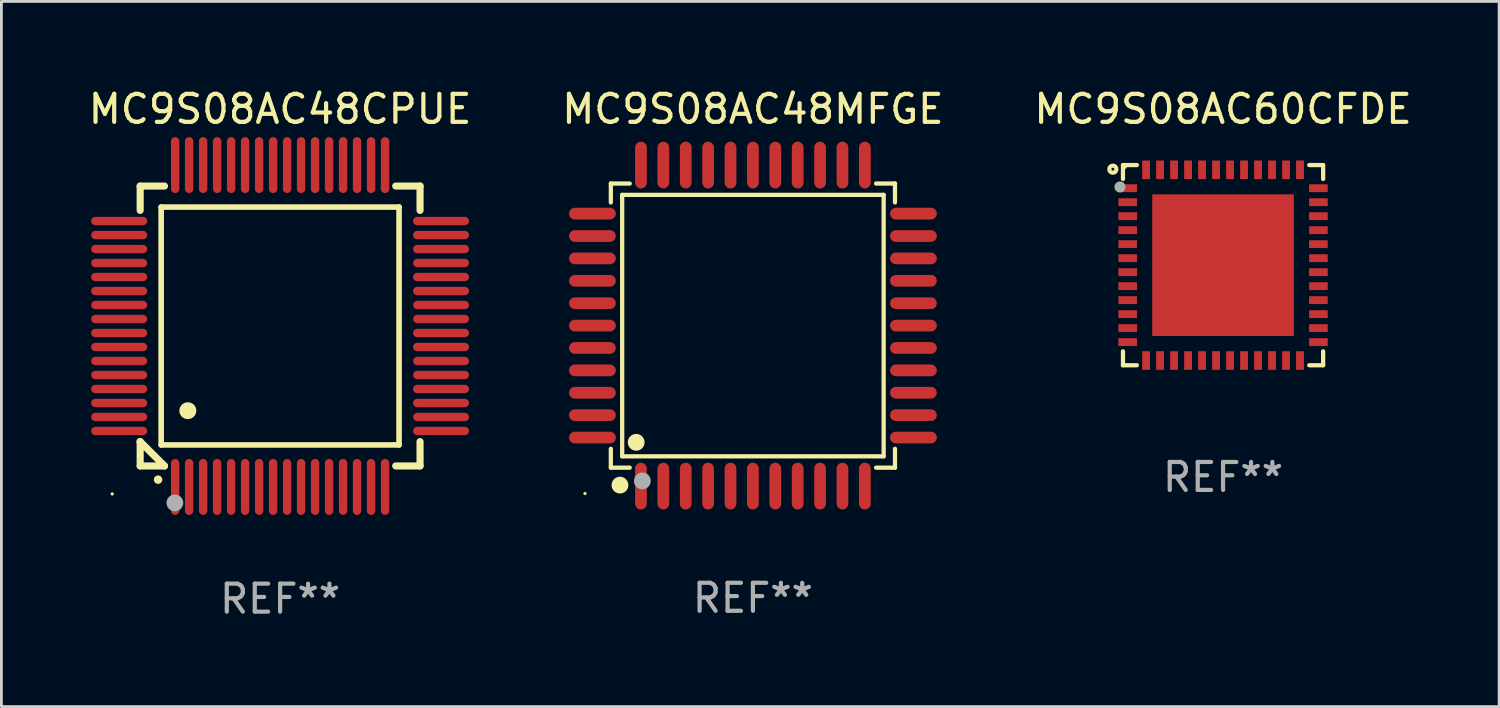
<source format=kicad_pcb>
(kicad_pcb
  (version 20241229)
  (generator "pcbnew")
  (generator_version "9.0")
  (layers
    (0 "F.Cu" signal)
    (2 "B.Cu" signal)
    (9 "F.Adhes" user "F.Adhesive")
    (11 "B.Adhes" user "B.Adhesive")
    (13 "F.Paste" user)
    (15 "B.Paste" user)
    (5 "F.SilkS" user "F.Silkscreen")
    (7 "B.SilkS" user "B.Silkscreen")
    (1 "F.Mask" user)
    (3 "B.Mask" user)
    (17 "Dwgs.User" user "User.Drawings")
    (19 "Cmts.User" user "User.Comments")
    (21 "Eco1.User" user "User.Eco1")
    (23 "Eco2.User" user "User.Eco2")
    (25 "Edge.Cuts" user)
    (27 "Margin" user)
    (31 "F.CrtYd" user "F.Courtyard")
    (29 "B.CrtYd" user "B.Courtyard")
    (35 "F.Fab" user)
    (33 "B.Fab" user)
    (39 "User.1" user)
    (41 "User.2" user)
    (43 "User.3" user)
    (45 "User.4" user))
  (footprint "MC9S08AC60CFDE"
    (layer "F.Cu")
    (at 40.649 6.424)
    (property "Reference" "MC9S08AC60CFDE" (at 0 -5.576 0) (layer "F.SilkS") (effects (font (size 1 1) (thickness 0.15))))
    (attr through_hole)
    (fp_line (start -3.576 -3.576) (end -3.576 -3.08) (stroke (width 0.152) (type solid)) (layer "F.SilkS"))
    (fp_line (start -3.576 3.576) (end -3.576 3.08) (stroke (width 0.152) (type solid)) (layer "F.SilkS"))
    (fp_line (start -3.08 -3.576) (end -3.576 -3.576) (stroke (width 0.152) (type solid)) (layer "F.SilkS"))
    (fp_line (start -3.08 3.576) (end -3.576 3.576) (stroke (width 0.152) (type solid)) (layer "F.SilkS"))
    (fp_line (start 3.08 -3.576) (end 3.576 -3.576) (stroke (width 0.152) (type solid)) (layer "F.SilkS"))
    (fp_line (start 3.08 3.576) (end 3.576 3.576) (stroke (width 0.152) (type solid)) (layer "F.SilkS"))
    (fp_line (start 3.576 -3.576) (end 3.576 -3.08) (stroke (width 0.152) (type solid)) (layer "F.SilkS"))
    (fp_line (start 3.576 3.576) (end 3.576 3.08) (stroke (width 0.152) (type solid)) (layer "F.SilkS"))
    (fp_circle (center -3.937 -3.429) (end -3.81 -3.429) (stroke (width 0.15) (type solid)) (fill no) (layer "F.SilkS"))
    (fp_circle (center -3.5 -3.5) (end -3.47 -3.5) (stroke (width 0.06) (type solid)) (fill no) (layer "F.SilkS"))
    (fp_circle (center -3.683 -2.794) (end -3.583 -2.794) (stroke (width 0.2) (type solid)) (fill no) (layer "F.Fab"))
    (fp_text user "REF**" (at 0 7.576 0) (layer "F.Fab") (effects (font (size 1 1) (thickness 0.15))))
    (pad "1" smd rect (at -3.407 -2.75) (size 0.665 0.28) (layers "F.Cu" "F.Mask" "F.Paste"))
    (pad "2" smd rect (at -3.407 -2.25) (size 0.665 0.28) (layers "F.Cu" "F.Mask" "F.Paste"))
    (pad "3" smd rect (at -3.407 -1.75) (size 0.665 0.28) (layers "F.Cu" "F.Mask" "F.Paste"))
    (pad "4" smd rect (at -3.407 -1.25) (size 0.665 0.28) (layers "F.Cu" "F.Mask" "F.Paste"))
    (pad "5" smd rect (at -3.407 -0.75) (size 0.665 0.28) (layers "F.Cu" "F.Mask" "F.Paste"))
    (pad "6" smd rect (at -3.407 -0.25) (size 0.665 0.28) (layers "F.Cu" "F.Mask" "F.Paste"))
    (pad "7" smd rect (at -3.407 0.25) (size 0.665 0.28) (layers "F.Cu" "F.Mask" "F.Paste"))
    (pad "8" smd rect (at -3.407 0.75) (size 0.665 0.28) (layers "F.Cu" "F.Mask" "F.Paste"))
    (pad "9" smd rect (at -3.407 1.25) (size 0.665 0.28) (layers "F.Cu" "F.Mask" "F.Paste"))
    (pad "10" smd rect (at -3.407 1.75) (size 0.665 0.28) (layers "F.Cu" "F.Mask" "F.Paste"))
    (pad "11" smd rect (at -3.407 2.25) (size 0.665 0.28) (layers "F.Cu" "F.Mask" "F.Paste"))
    (pad "12" smd rect (at -3.407 2.75) (size 0.665 0.28) (layers "F.Cu" "F.Mask" "F.Paste"))
    (pad "13" smd rect (at -2.75 3.407) (size 0.28 0.665) (layers "F.Cu" "F.Mask" "F.Paste"))
    (pad "14" smd rect (at -2.25 3.407) (size 0.28 0.665) (layers "F.Cu" "F.Mask" "F.Paste"))
    (pad "15" smd rect (at -1.75 3.407) (size 0.28 0.665) (layers "F.Cu" "F.Mask" "F.Paste"))
    (pad "16" smd rect (at -1.25 3.407) (size 0.28 0.665) (layers "F.Cu" "F.Mask" "F.Paste"))
    (pad "17" smd rect (at -0.75 3.407) (size 0.28 0.665) (layers "F.Cu" "F.Mask" "F.Paste"))
    (pad "18" smd rect (at -0.25 3.407) (size 0.28 0.665) (layers "F.Cu" "F.Mask" "F.Paste"))
    (pad "19" smd rect (at 0.25 3.407) (size 0.28 0.665) (layers "F.Cu" "F.Mask" "F.Paste"))
    (pad "20" smd rect (at 0.75 3.407) (size 0.28 0.665) (layers "F.Cu" "F.Mask" "F.Paste"))
    (pad "21" smd rect (at 1.25 3.407) (size 0.28 0.665) (layers "F.Cu" "F.Mask" "F.Paste"))
    (pad "22" smd rect (at 1.75 3.407) (size 0.28 0.665) (layers "F.Cu" "F.Mask" "F.Paste"))
    (pad "23" smd rect (at 2.25 3.407) (size 0.28 0.665) (layers "F.Cu" "F.Mask" "F.Paste"))
    (pad "24" smd rect (at 2.75 3.407) (size 0.28 0.665) (layers "F.Cu" "F.Mask" "F.Paste"))
    (pad "25" smd rect (at 3.407 2.75) (size 0.665 0.28) (layers "F.Cu" "F.Mask" "F.Paste"))
    (pad "26" smd rect (at 3.407 2.25) (size 0.665 0.28) (layers "F.Cu" "F.Mask" "F.Paste"))
    (pad "27" smd rect (at 3.407 1.75) (size 0.665 0.28) (layers "F.Cu" "F.Mask" "F.Paste"))
    (pad "28" smd rect (at 3.407 1.25) (size 0.665 0.28) (layers "F.Cu" "F.Mask" "F.Paste"))
    (pad "29" smd rect (at 3.407 0.75) (size 0.665 0.28) (layers "F.Cu" "F.Mask" "F.Paste"))
    (pad "30" smd rect (at 3.407 0.25) (size 0.665 0.28) (layers "F.Cu" "F.Mask" "F.Paste"))
    (pad "31" smd rect (at 3.407 -0.25) (size 0.665 0.28) (layers "F.Cu" "F.Mask" "F.Paste"))
    (pad "32" smd rect (at 3.407 -0.75) (size 0.665 0.28) (layers "F.Cu" "F.Mask" "F.Paste"))
    (pad "33" smd rect (at 3.407 -1.25) (size 0.665 0.28) (layers "F.Cu" "F.Mask" "F.Paste"))
    (pad "34" smd rect (at 3.407 -1.75) (size 0.665 0.28) (layers "F.Cu" "F.Mask" "F.Paste"))
    (pad "35" smd rect (at 3.407 -2.25) (size 0.665 0.28) (layers "F.Cu" "F.Mask" "F.Paste"))
    (pad "36" smd rect (at 3.407 -2.75) (size 0.665 0.28) (layers "F.Cu" "F.Mask" "F.Paste"))
    (pad "37" smd rect (at 2.75 -3.407) (size 0.28 0.665) (layers "F.Cu" "F.Mask" "F.Paste"))
    (pad "38" smd rect (at 2.25 -3.407) (size 0.28 0.665) (layers "F.Cu" "F.Mask" "F.Paste"))
    (pad "39" smd rect (at 1.75 -3.407) (size 0.28 0.665) (layers "F.Cu" "F.Mask" "F.Paste"))
    (pad "40" smd rect (at 1.25 -3.407) (size 0.28 0.665) (layers "F.Cu" "F.Mask" "F.Paste"))
    (pad "41" smd rect (at 0.75 -3.407) (size 0.28 0.665) (layers "F.Cu" "F.Mask" "F.Paste"))
    (pad "42" smd rect (at 0.25 -3.407) (size 0.28 0.665) (layers "F.Cu" "F.Mask" "F.Paste"))
    (pad "43" smd rect (at -0.25 -3.407) (size 0.28 0.665) (layers "F.Cu" "F.Mask" "F.Paste"))
    (pad "44" smd rect (at -0.75 -3.407) (size 0.28 0.665) (layers "F.Cu" "F.Mask" "F.Paste"))
    (pad "45" smd rect (at -1.25 -3.407) (size 0.28 0.665) (layers "F.Cu" "F.Mask" "F.Paste"))
    (pad "46" smd rect (at -1.75 -3.407) (size 0.28 0.665) (layers "F.Cu" "F.Mask" "F.Paste"))
    (pad "47" smd rect (at -2.25 -3.407) (size 0.28 0.665) (layers "F.Cu" "F.Mask" "F.Paste"))
    (pad "48" smd rect (at -2.75 -3.407) (size 0.28 0.665) (layers "F.Cu" "F.Mask" "F.Paste"))
    (pad "49" smd rect (at 0 0) (size 5.06 5.06) (layers "F.Cu" "F.Mask" "F.Paste")))
  (footprint "MC9S08AC48MFGE"
    (layer "F.Cu")
    (at 23.851 8.583)
    (property "Reference" "MC9S08AC48MFGE" (at 0 -7.735 0) (layer "F.SilkS") (effects (font (size 1 1) (thickness 0.15))))
    (attr through_hole)
    (fp_line (start -5.076 -5.076) (end -4.401 -5.076) (stroke (width 0.152) (type solid)) (layer "F.SilkS"))
    (fp_line (start -5.076 -4.401) (end -5.076 -5.076) (stroke (width 0.152) (type solid)) (layer "F.SilkS"))
    (fp_line (start -5.076 4.401) (end -5.076 5.076) (stroke (width 0.152) (type solid)) (layer "F.SilkS"))
    (fp_line (start -5.076 5.076) (end -4.401 5.076) (stroke (width 0.152) (type solid)) (layer "F.SilkS"))
    (fp_line (start -4.671 -4.671) (end 4.671 -4.671) (stroke (width 0.152) (type solid)) (layer "F.SilkS"))
    (fp_line (start -4.671 4.671) (end -4.671 -4.671) (stroke (width 0.152) (type solid)) (layer "F.SilkS"))
    (fp_line (start 4.671 -4.671) (end 4.671 4.671) (stroke (width 0.152) (type solid)) (layer "F.SilkS"))
    (fp_line (start 4.671 4.671) (end -4.671 4.671) (stroke (width 0.152) (type solid)) (layer "F.SilkS"))
    (fp_line (start 5.076 -5.076) (end 4.401 -5.076) (stroke (width 0.152) (type solid)) (layer "F.SilkS"))
    (fp_line (start 5.076 -4.401) (end 5.076 -5.076) (stroke (width 0.152) (type solid)) (layer "F.SilkS"))
    (fp_line (start 5.076 4.401) (end 5.076 5.076) (stroke (width 0.152) (type solid)) (layer "F.SilkS"))
    (fp_line (start 5.076 5.076) (end 4.401 5.076) (stroke (width 0.152) (type solid)) (layer "F.SilkS"))
    (fp_circle (center -6 6) (end -5.97 6) (stroke (width 0.06) (type solid)) (fill no) (layer "F.SilkS"))
    (fp_circle (center -4.75 5.7) (end -4.6 5.7) (stroke (width 0.3) (type solid)) (fill no) (layer "F.SilkS"))
    (fp_circle (center -4.171 4.171) (end -4.021 4.171) (stroke (width 0.3) (type solid)) (fill no) (layer "F.SilkS"))
    (fp_circle (center -3.95 5.55) (end -3.8 5.55) (stroke (width 0.3) (type solid)) (fill no) (layer "F.Fab"))
    (fp_text user "REF**" (at 0 9.735 0) (layer "F.Fab") (effects (font (size 1 1) (thickness 0.15))))
    (pad "1" smd oval (at -4 5.735) (size 0.42 1.67) (layers "F.Cu" "F.Mask" "F.Paste"))
    (pad "2" smd oval (at -3.2 5.735) (size 0.42 1.67) (layers "F.Cu" "F.Mask" "F.Paste"))
    (pad "3" smd oval (at -2.4 5.735) (size 0.42 1.67) (layers "F.Cu" "F.Mask" "F.Paste"))
    (pad "4" smd oval (at -1.6 5.735) (size 0.42 1.67) (layers "F.Cu" "F.Mask" "F.Paste"))
    (pad "5" smd oval (at -0.8 5.735) (size 0.42 1.67) (layers "F.Cu" "F.Mask" "F.Paste"))
    (pad "6" smd oval (at 0 5.735) (size 0.42 1.67) (layers "F.Cu" "F.Mask" "F.Paste"))
    (pad "7" smd oval (at 0.8 5.735) (size 0.42 1.67) (layers "F.Cu" "F.Mask" "F.Paste"))
    (pad "8" smd oval (at 1.6 5.735) (size 0.42 1.67) (layers "F.Cu" "F.Mask" "F.Paste"))
    (pad "9" smd oval (at 2.4 5.735) (size 0.42 1.67) (layers "F.Cu" "F.Mask" "F.Paste"))
    (pad "10" smd oval (at 3.2 5.735) (size 0.42 1.67) (layers "F.Cu" "F.Mask" "F.Paste"))
    (pad "11" smd oval (at 4 5.735) (size 0.42 1.67) (layers "F.Cu" "F.Mask" "F.Paste"))
    (pad "12" smd oval (at 5.735 4) (size 1.67 0.42) (layers "F.Cu" "F.Mask" "F.Paste"))
    (pad "13" smd oval (at 5.735 3.2) (size 1.67 0.42) (layers "F.Cu" "F.Mask" "F.Paste"))
    (pad "14" smd oval (at 5.735 2.4) (size 1.67 0.42) (layers "F.Cu" "F.Mask" "F.Paste"))
    (pad "15" smd oval (at 5.735 1.6) (size 1.67 0.42) (layers "F.Cu" "F.Mask" "F.Paste"))
    (pad "16" smd oval (at 5.735 0.8) (size 1.67 0.42) (layers "F.Cu" "F.Mask" "F.Paste"))
    (pad "17" smd oval (at 5.735 0) (size 1.67 0.42) (layers "F.Cu" "F.Mask" "F.Paste"))
    (pad "18" smd oval (at 5.735 -0.8) (size 1.67 0.42) (layers "F.Cu" "F.Mask" "F.Paste"))
    (pad "19" smd oval (at 5.735 -1.6) (size 1.67 0.42) (layers "F.Cu" "F.Mask" "F.Paste"))
    (pad "20" smd oval (at 5.735 -2.4) (size 1.67 0.42) (layers "F.Cu" "F.Mask" "F.Paste"))
    (pad "21" smd oval (at 5.735 -3.2) (size 1.67 0.42) (layers "F.Cu" "F.Mask" "F.Paste"))
    (pad "22" smd oval (at 5.735 -4) (size 1.67 0.42) (layers "F.Cu" "F.Mask" "F.Paste"))
    (pad "23" smd oval (at 4 -5.735) (size 0.42 1.67) (layers "F.Cu" "F.Mask" "F.Paste"))
    (pad "24" smd oval (at 3.2 -5.735) (size 0.42 1.67) (layers "F.Cu" "F.Mask" "F.Paste"))
    (pad "25" smd oval (at 2.4 -5.735) (size 0.42 1.67) (layers "F.Cu" "F.Mask" "F.Paste"))
    (pad "26" smd oval (at 1.6 -5.735) (size 0.42 1.67) (layers "F.Cu" "F.Mask" "F.Paste"))
    (pad "27" smd oval (at 0.8 -5.735) (size 0.42 1.67) (layers "F.Cu" "F.Mask" "F.Paste"))
    (pad "28" smd oval (at 0 -5.735) (size 0.42 1.67) (layers "F.Cu" "F.Mask" "F.Paste"))
    (pad "29" smd oval (at -0.8 -5.735) (size 0.42 1.67) (layers "F.Cu" "F.Mask" "F.Paste"))
    (pad "30" smd oval (at -1.6 -5.735) (size 0.42 1.67) (layers "F.Cu" "F.Mask" "F.Paste"))
    (pad "31" smd oval (at -2.4 -5.735) (size 0.42 1.67) (layers "F.Cu" "F.Mask" "F.Paste"))
    (pad "32" smd oval (at -3.2 -5.735) (size 0.42 1.67) (layers "F.Cu" "F.Mask" "F.Paste"))
    (pad "33" smd oval (at -4 -5.735) (size 0.42 1.67) (layers "F.Cu" "F.Mask" "F.Paste"))
    (pad "34" smd oval (at -5.735 -4) (size 1.67 0.42) (layers "F.Cu" "F.Mask" "F.Paste"))
    (pad "35" smd oval (at -5.735 -3.2) (size 1.67 0.42) (layers "F.Cu" "F.Mask" "F.Paste"))
    (pad "36" smd oval (at -5.735 -2.4) (size 1.67 0.42) (layers "F.Cu" "F.Mask" "F.Paste"))
    (pad "37" smd oval (at -5.735 -1.6) (size 1.67 0.42) (layers "F.Cu" "F.Mask" "F.Paste"))
    (pad "38" smd oval (at -5.735 -0.8) (size 1.67 0.42) (layers "F.Cu" "F.Mask" "F.Paste"))
    (pad "39" smd oval (at -5.735 0) (size 1.67 0.42) (layers "F.Cu" "F.Mask" "F.Paste"))
    (pad "40" smd oval (at -5.735 0.8) (size 1.67 0.42) (layers "F.Cu" "F.Mask" "F.Paste"))
    (pad "41" smd oval (at -5.735 1.6) (size 1.67 0.42) (layers "F.Cu" "F.Mask" "F.Paste"))
    (pad "42" smd oval (at -5.735 2.4) (size 1.67 0.42) (layers "F.Cu" "F.Mask" "F.Paste"))
    (pad "43" smd oval (at -5.735 3.2) (size 1.67 0.42) (layers "F.Cu" "F.Mask" "F.Paste"))
    (pad "44" smd oval (at -5.735 4) (size 1.67 0.42) (layers "F.Cu" "F.Mask" "F.Paste")))
  (footprint "MC9S08AC48CPUE"
    (layer "F.Cu")
    (at 6.958 8.598)
    (property "Reference" "MC9S08AC48CPUE" (at 0 -7.75 0) (layer "F.SilkS") (effects (font (size 1 1) (thickness 0.15))))
    (attr through_hole)
    (fp_line (start -5 -5) (end -4.131 -5) (stroke (width 0.254) (type solid)) (layer "F.SilkS"))
    (fp_line (start -5 -4.131) (end -5 -5) (stroke (width 0.254) (type solid)) (layer "F.SilkS"))
    (fp_line (start -5 4.131) (end -5 4.131) (stroke (width 0.254) (type solid)) (layer "F.SilkS"))
    (fp_line (start -5 5) (end -5 4.131) (stroke (width 0.254) (type solid)) (layer "F.SilkS"))
    (fp_line (start -5 4.131) (end -4.131 5) (stroke (width 0.254) (type solid)) (layer "F.SilkS"))
    (fp_line (start -4.25 -4.25) (end -4.25 4.25) (stroke (width 0.2) (type solid)) (layer "F.SilkS"))
    (fp_line (start -4.25 4.25) (end 4.25 4.25) (stroke (width 0.2) (type solid)) (layer "F.SilkS"))
    (fp_line (start -4.131 5) (end -5 5) (stroke (width 0.254) (type solid)) (layer "F.SilkS"))
    (fp_line (start 4.25 -4.25) (end -4.25 -4.25) (stroke (width 0.2) (type solid)) (layer "F.SilkS"))
    (fp_line (start 4.25 4.25) (end 4.25 -4.25) (stroke (width 0.2) (type solid)) (layer "F.SilkS"))
    (fp_line (start 5 -5) (end 4.131 -5) (stroke (width 0.254) (type solid)) (layer "F.SilkS"))
    (fp_line (start 5 -5) (end 5 -4.131) (stroke (width 0.254) (type solid)) (layer "F.SilkS"))
    (fp_line (start 5 4.131) (end 5 5) (stroke (width 0.254) (type solid)) (layer "F.SilkS"))
    (fp_line (start 5 5) (end 4.131 5) (stroke (width 0.254) (type solid)) (layer "F.SilkS"))
    (fp_arc (start -4.361265 5.489992) (mid -4.359995 5.489987) (end -4.358725 5.489992) (stroke (width 0.3) (type solid)) (layer "F.SilkS"))
    (fp_arc (start -3.299467 3.025146) (mid -3.296927 3.025135) (end -3.294387 3.025146) (stroke (width 0.6) (type solid)) (layer "F.SilkS"))
    (fp_circle (center -6 6) (end -5.97 6) (stroke (width 0.06) (type solid)) (fill no) (layer "F.SilkS"))
    (fp_circle (center -3.76 6.32) (end -3.61 6.32) (stroke (width 0.3) (type solid)) (fill no) (layer "F.Fab"))
    (fp_text user "REF**" (at 0 9.75 0) (layer "F.Fab") (effects (font (size 1 1) (thickness 0.15))))
    (pad "1" smd oval (at -3.75 5.75) (size 0.3 2) (layers "F.Cu" "F.Mask" "F.Paste"))
    (pad "2" smd oval (at -3.25 5.75) (size 0.3 2) (layers "F.Cu" "F.Mask" "F.Paste"))
    (pad "3" smd oval (at -2.75 5.75) (size 0.3 2) (layers "F.Cu" "F.Mask" "F.Paste"))
    (pad "4" smd oval (at -2.25 5.75) (size 0.3 2) (layers "F.Cu" "F.Mask" "F.Paste"))
    (pad "5" smd oval (at -1.75 5.75) (size 0.3 2) (layers "F.Cu" "F.Mask" "F.Paste"))
    (pad "6" smd oval (at -1.25 5.75) (size 0.3 2) (layers "F.Cu" "F.Mask" "F.Paste"))
    (pad "7" smd oval (at -0.75 5.75) (size 0.3 2) (layers "F.Cu" "F.Mask" "F.Paste"))
    (pad "8" smd oval (at -0.25 5.75) (size 0.3 2) (layers "F.Cu" "F.Mask" "F.Paste"))
    (pad "9" smd oval (at 0.25 5.75) (size 0.3 2) (layers "F.Cu" "F.Mask" "F.Paste"))
    (pad "10" smd oval (at 0.75 5.75) (size 0.3 2) (layers "F.Cu" "F.Mask" "F.Paste"))
    (pad "11" smd oval (at 1.25 5.75) (size 0.3 2) (layers "F.Cu" "F.Mask" "F.Paste"))
    (pad "12" smd oval (at 1.75 5.75) (size 0.3 2) (layers "F.Cu" "F.Mask" "F.Paste"))
    (pad "13" smd oval (at 2.25 5.75) (size 0.3 2) (layers "F.Cu" "F.Mask" "F.Paste"))
    (pad "14" smd oval (at 2.75 5.75) (size 0.3 2) (layers "F.Cu" "F.Mask" "F.Paste"))
    (pad "15" smd oval (at 3.25 5.75) (size 0.3 2) (layers "F.Cu" "F.Mask" "F.Paste"))
    (pad "16" smd oval (at 3.75 5.75) (size 0.3 2) (layers "F.Cu" "F.Mask" "F.Paste"))
    (pad "17" smd oval (at 5.75 3.75) (size 2 0.3) (layers "F.Cu" "F.Mask" "F.Paste"))
    (pad "18" smd oval (at 5.75 3.25) (size 2 0.3) (layers "F.Cu" "F.Mask" "F.Paste"))
    (pad "19" smd oval (at 5.75 2.75) (size 2 0.3) (layers "F.Cu" "F.Mask" "F.Paste"))
    (pad "20" smd oval (at 5.75 2.25) (size 2 0.3) (layers "F.Cu" "F.Mask" "F.Paste"))
    (pad "21" smd oval (at 5.75 1.75) (size 2 0.3) (layers "F.Cu" "F.Mask" "F.Paste"))
    (pad "22" smd oval (at 5.75 1.25) (size 2 0.3) (layers "F.Cu" "F.Mask" "F.Paste"))
    (pad "23" smd oval (at 5.75 0.75) (size 2 0.3) (layers "F.Cu" "F.Mask" "F.Paste"))
    (pad "24" smd oval (at 5.75 0.25) (size 2 0.3) (layers "F.Cu" "F.Mask" "F.Paste"))
    (pad "25" smd oval (at 5.75 -0.25) (size 2 0.3) (layers "F.Cu" "F.Mask" "F.Paste"))
    (pad "26" smd oval (at 5.75 -0.75) (size 2 0.3) (layers "F.Cu" "F.Mask" "F.Paste"))
    (pad "27" smd oval (at 5.75 -1.25) (size 2 0.3) (layers "F.Cu" "F.Mask" "F.Paste"))
    (pad "28" smd oval (at 5.75 -1.75) (size 2 0.3) (layers "F.Cu" "F.Mask" "F.Paste"))
    (pad "29" smd oval (at 5.75 -2.25) (size 2 0.3) (layers "F.Cu" "F.Mask" "F.Paste"))
    (pad "30" smd oval (at 5.75 -2.75) (size 2 0.3) (layers "F.Cu" "F.Mask" "F.Paste"))
    (pad "31" smd oval (at 5.75 -3.25) (size 2 0.3) (layers "F.Cu" "F.Mask" "F.Paste"))
    (pad "32" smd oval (at 5.75 -3.75) (size 2 0.3) (layers "F.Cu" "F.Mask" "F.Paste"))
    (pad "33" smd oval (at 3.75 -5.75) (size 0.3 2) (layers "F.Cu" "F.Mask" "F.Paste"))
    (pad "34" smd oval (at 3.25 -5.75) (size 0.3 2) (layers "F.Cu" "F.Mask" "F.Paste"))
    (pad "35" smd oval (at 2.75 -5.75) (size 0.3 2) (layers "F.Cu" "F.Mask" "F.Paste"))
    (pad "36" smd oval (at 2.25 -5.75) (size 0.3 2) (layers "F.Cu" "F.Mask" "F.Paste"))
    (pad "37" smd oval (at 1.75 -5.75) (size 0.3 2) (layers "F.Cu" "F.Mask" "F.Paste"))
    (pad "38" smd oval (at 1.25 -5.75) (size 0.3 2) (layers "F.Cu" "F.Mask" "F.Paste"))
    (pad "39" smd oval (at 0.75 -5.75) (size 0.3 2) (layers "F.Cu" "F.Mask" "F.Paste"))
    (pad "40" smd oval (at 0.25 -5.75) (size 0.3 2) (layers "F.Cu" "F.Mask" "F.Paste"))
    (pad "41" smd oval (at -0.25 -5.75) (size 0.3 2) (layers "F.Cu" "F.Mask" "F.Paste"))
    (pad "42" smd oval (at -0.75 -5.75) (size 0.3 2) (layers "F.Cu" "F.Mask" "F.Paste"))
    (pad "43" smd oval (at -1.25 -5.75) (size 0.3 2) (layers "F.Cu" "F.Mask" "F.Paste"))
    (pad "44" smd oval (at -1.75 -5.75) (size 0.3 2) (layers "F.Cu" "F.Mask" "F.Paste"))
    (pad "45" smd oval (at -2.25 -5.75) (size 0.3 2) (layers "F.Cu" "F.Mask" "F.Paste"))
    (pad "46" smd oval (at -2.75 -5.75) (size 0.3 2) (layers "F.Cu" "F.Mask" "F.Paste"))
    (pad "47" smd oval (at -3.25 -5.75) (size 0.3 2) (layers "F.Cu" "F.Mask" "F.Paste"))
    (pad "48" smd oval (at -3.75 -5.75) (size 0.3 2) (layers "F.Cu" "F.Mask" "F.Paste"))
    (pad "49" smd oval (at -5.75 -3.75) (size 2 0.3) (layers "F.Cu" "F.Mask" "F.Paste"))
    (pad "50" smd oval (at -5.75 -3.25) (size 2 0.3) (layers "F.Cu" "F.Mask" "F.Paste"))
    (pad "51" smd oval (at -5.75 -2.75) (size 2 0.3) (layers "F.Cu" "F.Mask" "F.Paste"))
    (pad "52" smd oval (at -5.75 -2.25) (size 2 0.3) (layers "F.Cu" "F.Mask" "F.Paste"))
    (pad "53" smd oval (at -5.75 -1.75) (size 2 0.3) (layers "F.Cu" "F.Mask" "F.Paste"))
    (pad "54" smd oval (at -5.75 -1.25) (size 2 0.3) (layers "F.Cu" "F.Mask" "F.Paste"))
    (pad "55" smd oval (at -5.75 -0.75) (size 2 0.3) (layers "F.Cu" "F.Mask" "F.Paste"))
    (pad "56" smd oval (at -5.75 -0.25) (size 2 0.3) (layers "F.Cu" "F.Mask" "F.Paste"))
    (pad "57" smd oval (at -5.75 0.25) (size 2 0.3) (layers "F.Cu" "F.Mask" "F.Paste"))
    (pad "58" smd oval (at -5.75 0.75) (size 2 0.3) (layers "F.Cu" "F.Mask" "F.Paste"))
    (pad "59" smd oval (at -5.75 1.25) (size 2 0.3) (layers "F.Cu" "F.Mask" "F.Paste"))
    (pad "60" smd oval (at -5.75 1.75) (size 2 0.3) (layers "F.Cu" "F.Mask" "F.Paste"))
    (pad "61" smd oval (at -5.75 2.25) (size 2 0.3) (layers "F.Cu" "F.Mask" "F.Paste"))
    (pad "62" smd oval (at -5.75 2.75) (size 2 0.3) (layers "F.Cu" "F.Mask" "F.Paste"))
    (pad "63" smd oval (at -5.75 3.25) (size 2 0.3) (layers "F.Cu" "F.Mask" "F.Paste"))
    (pad "64" smd oval (at -5.75 3.75) (size 2 0.3) (layers "F.Cu" "F.Mask" "F.Paste")))
  (gr_rect
    (start -3 -3)
    (end 50.512 22.196)
    (stroke (width 0.1) (type default))
    (fill no)
    (layer "Edge.Cuts")))
</source>
